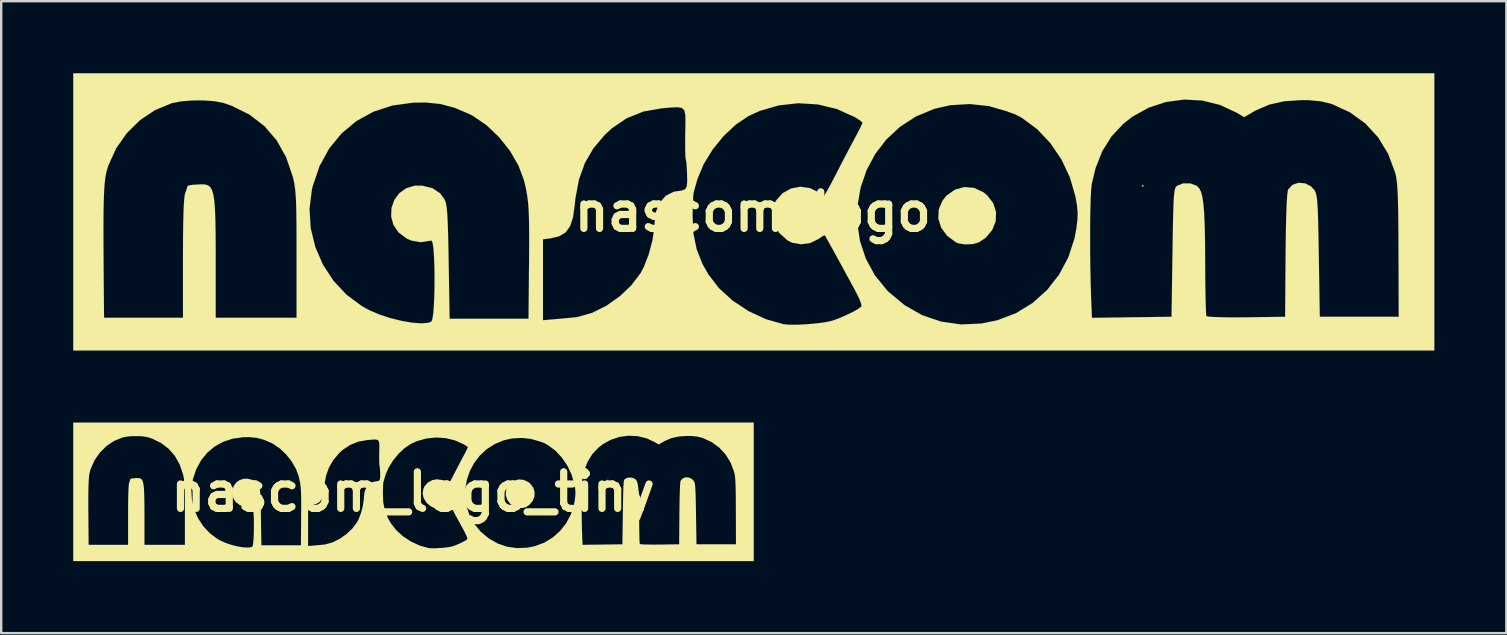
<source format=kicad_pcb>
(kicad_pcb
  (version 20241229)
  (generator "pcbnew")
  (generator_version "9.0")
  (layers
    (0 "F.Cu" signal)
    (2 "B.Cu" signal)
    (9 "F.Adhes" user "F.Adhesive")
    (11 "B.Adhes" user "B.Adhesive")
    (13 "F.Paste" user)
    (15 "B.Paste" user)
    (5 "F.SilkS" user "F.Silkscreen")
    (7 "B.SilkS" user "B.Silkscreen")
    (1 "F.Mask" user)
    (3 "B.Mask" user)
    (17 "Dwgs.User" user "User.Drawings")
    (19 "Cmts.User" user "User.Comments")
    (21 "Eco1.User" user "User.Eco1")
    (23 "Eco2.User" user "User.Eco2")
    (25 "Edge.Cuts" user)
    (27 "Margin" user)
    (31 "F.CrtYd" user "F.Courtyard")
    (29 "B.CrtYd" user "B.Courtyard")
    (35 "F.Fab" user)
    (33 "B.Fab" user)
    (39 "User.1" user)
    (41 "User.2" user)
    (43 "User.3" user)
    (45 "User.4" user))
  (footprint "nascom_logo_tiny"
    (layer "F.Cu")
    (at 14.158 17.442)
    (property "Reference" "nascom_logo_tiny" (at 0 0 0) (layer "F.SilkS") (effects (font (size 1.524 1.524) (thickness 0.3))))
    (attr through_hole)
    (fp_poly (pts (xy 8.141 -0.541) (xy 8.121 -0.521) (xy 8.101 -0.541) (xy 8.121 -0.561) (xy 8.141 -0.541)) (stroke (width 0.002) (type solid)) (fill yes) (layer "F.SilkS"))
    (fp_poly (pts (xy 4.612 -0.498) (xy 4.805 -0.407) (xy 4.878 -0.348) (xy 5.008 -0.182) (xy 5.067 0.005) (xy 5.059 0.196) (xy 4.987 0.379) (xy 4.852 0.538) (xy 4.705 0.637) (xy 4.581 0.672) (xy 4.426 0.678) (xy 4.284 0.656) (xy 4.231 0.635) (xy 4.046 0.496) (xy 3.923 0.326) (xy 3.865 0.138) (xy 3.874 -0.055) (xy 3.954 -0.239) (xy 4.037 -0.339) (xy 4.213 -0.464) (xy 4.41 -0.517) (xy 4.612 -0.498)) (stroke (width 0.002) (type solid)) (fill yes) (layer "F.SilkS"))
    (fp_poly (pts (xy 14.197 2.888) (xy -14.157 2.888) (xy -14.157 0.271) (xy -13.528 0.271) (xy -13.528 0.613) (xy -13.525 1.022) (xy -13.522 1.414) (xy -13.515 2.206) (xy -11.871 2.206) (xy -11.871 0.965) (xy -11.87 0.552) (xy -11.866 0.217) (xy -11.858 -0.043) (xy -11.848 -0.231) (xy -11.835 -0.349) (xy -11.825 -0.388) (xy -11.793 -0.475) (xy -11.782 -0.525) (xy -11.758 -0.548) (xy -11.669 -0.563) (xy -11.509 -0.573) (xy -11.5 -0.573) (xy -11.424 -0.572) (xy -11.361 -0.558) (xy -11.31 -0.524) (xy -11.27 -0.463) (xy -11.241 -0.368) (xy -11.219 -0.232) (xy -11.205 -0.047) (xy -11.196 0.193) (xy -11.191 0.496) (xy -11.189 0.868) (xy -11.189 1.068) (xy -11.189 2.206) (xy -9.505 2.206) (xy -9.505 0.889) (xy -9.505 0.519) (xy -9.507 0.22) (xy -9.51 -0.02) (xy -9.511 -0.06) (xy -9.236 -0.06) (xy -9.21 0.341) (xy -9.116 0.73) (xy -8.957 1.097) (xy -8.739 1.432) (xy -8.466 1.725) (xy -8.144 1.964) (xy -7.998 2.044) (xy -7.789 2.135) (xy -7.558 2.211) (xy -7.324 2.27) (xy -7.101 2.309) (xy -6.908 2.323) (xy -6.761 2.311) (xy -6.698 2.287) (xy -6.676 2.236) (xy -6.658 2.123) (xy -6.644 1.961) (xy -6.635 1.765) (xy -6.631 1.548) (xy -6.63 1.325) (xy -6.634 1.11) (xy -6.642 0.915) (xy -6.654 0.756) (xy -6.671 0.646) (xy -6.692 0.599) (xy -6.698 0.598) (xy -6.917 0.632) (xy -7.114 0.598) (xy -7.215 0.553) (xy -7.382 0.427) (xy -7.487 0.271) (xy -7.534 0.098) (xy -7.527 -0.078) (xy -7.47 -0.245) (xy -7.367 -0.387) (xy -7.222 -0.492) (xy -7.039 -0.546) (xy -6.89 -0.546) (xy -6.674 -0.494) (xy -6.514 -0.386) (xy -6.425 -0.265) (xy -6.405 -0.219) (xy -6.388 -0.155) (xy -6.375 -0.065) (xy -6.365 0.06) (xy -6.356 0.23) (xy -6.349 0.455) (xy -6.342 0.742) (xy -6.337 1.043) (xy -6.317 2.226) (xy -4.672 2.226) (xy -4.662 1.046) (xy -4.659 0.682) (xy -4.659 0.572) (xy -4.371 0.572) (xy -4.371 2.258) (xy -4.041 2.229) (xy -3.879 2.215) (xy -3.745 2.201) (xy -3.661 2.192) (xy -3.65 2.19) (xy -3.353 2.106) (xy -3.056 1.959) (xy -2.775 1.763) (xy -2.53 1.531) (xy -2.339 1.277) (xy -2.273 1.156) (xy -2.167 0.884) (xy -2.09 0.592) (xy -2.05 0.314) (xy -2.046 0.219) (xy -2.028 0.08) (xy -1.255 0.08) (xy -1.238 0.449) (xy -1.172 0.776) (xy -1.05 1.084) (xy -0.932 1.296) (xy -0.707 1.588) (xy -0.421 1.85) (xy -0.088 2.069) (xy 0.276 2.238) (xy 0.642 2.341) (xy 0.764 2.352) (xy 0.939 2.351) (xy 1.142 2.34) (xy 1.345 2.322) (xy 1.524 2.297) (xy 1.648 2.27) (xy 1.787 2.22) (xy 1.939 2.156) (xy 2.082 2.086) (xy 2.197 2.022) (xy 2.26 1.973) (xy 2.264 1.968) (xy 2.258 1.916) (xy 2.22 1.816) (xy 2.158 1.688) (xy 2.153 1.677) (xy 2.082 1.545) (xy 1.993 1.382) (xy 1.894 1.2) (xy 1.792 1.014) (xy 1.695 0.836) (xy 1.61 0.682) (xy 1.545 0.565) (xy 1.507 0.498) (xy 1.501 0.488) (xy 1.465 0.5) (xy 1.391 0.548) (xy 1.369 0.564) (xy 1.197 0.648) (xy 1.005 0.675) (xy 0.82 0.643) (xy 0.723 0.594) (xy 0.55 0.439) (xy 0.442 0.257) (xy 0.438 0.239) (xy 2.176 0.239) (xy 2.233 0.614) (xy 2.355 0.978) (xy 2.543 1.322) (xy 2.8 1.638) (xy 2.825 1.664) (xy 3.161 1.944) (xy 3.528 2.152) (xy 3.922 2.287) (xy 4.334 2.345) (xy 4.76 2.327) (xy 5.093 2.259) (xy 5.477 2.114) (xy 5.824 1.902) (xy 6.127 1.631) (xy 6.379 1.311) (xy 6.573 0.948) (xy 6.703 0.55) (xy 6.707 0.53) (xy 7.026 0.53) (xy 7.027 0.857) (xy 7.031 1.19) (xy 7.038 1.516) (xy 7.049 1.823) (xy 7.05 1.856) (xy 7.064 2.207) (xy 8.723 2.186) (xy 8.743 0.849) (xy 8.749 0.485) (xy 8.754 0.194) (xy 8.76 -0.034) (xy 8.766 -0.207) (xy 8.774 -0.333) (xy 8.784 -0.421) (xy 8.796 -0.479) (xy 8.812 -0.515) (xy 8.831 -0.537) (xy 8.841 -0.545) (xy 8.967 -0.594) (xy 9.114 -0.593) (xy 9.244 -0.544) (xy 9.261 -0.531) (xy 9.304 -0.483) (xy 9.338 -0.41) (xy 9.366 -0.306) (xy 9.387 -0.161) (xy 9.403 0.031) (xy 9.413 0.279) (xy 9.42 0.59) (xy 9.423 0.971) (xy 9.423 1.067) (xy 9.425 1.353) (xy 9.428 1.612) (xy 9.432 1.835) (xy 9.437 2.01) (xy 9.443 2.126) (xy 9.449 2.172) (xy 9.494 2.183) (xy 9.607 2.191) (xy 9.775 2.196) (xy 9.986 2.198) (xy 10.228 2.197) (xy 10.28 2.197) (xy 11.089 2.186) (xy 11.099 0.902) (xy 11.104 0.479) (xy 11.111 0.132) (xy 11.12 -0.137) (xy 11.131 -0.328) (xy 11.145 -0.44) (xy 11.153 -0.467) (xy 11.243 -0.564) (xy 11.369 -0.606) (xy 11.506 -0.593) (xy 11.632 -0.528) (xy 11.701 -0.452) (xy 11.72 -0.414) (xy 11.737 -0.362) (xy 11.75 -0.287) (xy 11.76 -0.179) (xy 11.769 -0.031) (xy 11.776 0.166) (xy 11.782 0.422) (xy 11.788 0.746) (xy 11.791 0.921) (xy 11.811 2.186) (xy 13.455 2.186) (xy 13.451 0.802) (xy 13.449 0.415) (xy 13.447 0.099) (xy 13.442 -0.155) (xy 13.436 -0.356) (xy 13.427 -0.513) (xy 13.416 -0.635) (xy 13.401 -0.732) (xy 13.383 -0.812) (xy 13.381 -0.822) (xy 13.235 -1.212) (xy 13.027 -1.553) (xy 12.761 -1.842) (xy 12.441 -2.073) (xy 12.072 -2.243) (xy 12.04 -2.254) (xy 11.838 -2.303) (xy 11.596 -2.326) (xy 11.439 -2.329) (xy 11.074 -2.305) (xy 10.758 -2.235) (xy 10.476 -2.113) (xy 10.426 -2.085) (xy 10.237 -1.973) (xy 10.081 -2.066) (xy 9.732 -2.229) (xy 9.362 -2.319) (xy 8.983 -2.339) (xy 8.607 -2.289) (xy 8.244 -2.17) (xy 7.908 -1.984) (xy 7.723 -1.839) (xy 7.473 -1.574) (xy 7.279 -1.265) (xy 7.138 -0.905) (xy 7.061 -0.582) (xy 7.048 -0.47) (xy 7.039 -0.291) (xy 7.032 -0.056) (xy 7.027 0.222) (xy 7.026 0.53) (xy 6.707 0.53) (xy 6.739 0.359) (xy 6.762 0.167) (xy 6.768 0.015) (xy 6.754 -0.137) (xy 6.72 -0.323) (xy 6.606 -0.719) (xy 6.429 -1.093) (xy 6.199 -1.431) (xy 5.926 -1.721) (xy 5.617 -1.95) (xy 5.544 -1.992) (xy 5.464 -2.032) (xy 5.423 -2.048) (xy 5.367 -2.067) (xy 5.294 -2.095) (xy 4.916 -2.204) (xy 4.515 -2.247) (xy 4.111 -2.222) (xy 3.779 -2.146) (xy 3.398 -1.987) (xy 3.065 -1.772) (xy 2.781 -1.508) (xy 2.548 -1.204) (xy 2.369 -0.869) (xy 2.246 -0.511) (xy 2.181 -0.139) (xy 2.176 0.239) (xy 0.438 0.239) (xy 0.401 0.063) (xy 0.433 -0.131) (xy 0.481 -0.231) (xy 0.619 -0.388) (xy 0.797 -0.486) (xy 0.994 -0.523) (xy 1.194 -0.494) (xy 1.335 -0.424) (xy 1.479 -0.327) (xy 1.534 -0.414) (xy 1.576 -0.488) (xy 1.643 -0.612) (xy 1.722 -0.765) (xy 1.762 -0.842) (xy 1.867 -1.045) (xy 1.985 -1.271) (xy 2.094 -1.476) (xy 2.111 -1.508) (xy 2.188 -1.653) (xy 2.247 -1.77) (xy 2.281 -1.843) (xy 2.286 -1.857) (xy 2.254 -1.889) (xy 2.173 -1.944) (xy 2.116 -1.979) (xy 1.749 -2.143) (xy 1.356 -2.238) (xy 0.949 -2.264) (xy 0.541 -2.219) (xy 0.147 -2.105) (xy -0.089 -1.997) (xy -0.355 -1.819) (xy -0.609 -1.58) (xy -0.837 -1.299) (xy -1.023 -0.996) (xy -1.152 -0.69) (xy -1.166 -0.642) (xy -1.2 -0.52) (xy -1.227 -0.424) (xy -1.233 -0.401) (xy -1.241 -0.337) (xy -1.248 -0.214) (xy -1.253 -0.049) (xy -1.255 0.08) (xy -2.028 0.08) (xy -2.017 -0.007) (xy -1.935 -0.197) (xy -1.81 -0.337) (xy -1.651 -0.417) (xy -1.587 -0.429) (xy -1.474 -0.444) (xy -1.407 -0.473) (xy -1.375 -0.532) (xy -1.367 -0.641) (xy -1.369 -0.771) (xy -1.376 -0.919) (xy -1.385 -1.035) (xy -1.396 -1.097) (xy -1.397 -1.099) (xy -1.403 -1.151) (xy -1.408 -1.267) (xy -1.409 -1.43) (xy -1.408 -1.623) (xy -1.407 -1.647) (xy -1.403 -1.868) (xy -1.405 -2.02) (xy -1.427 -2.115) (xy -1.477 -2.165) (xy -1.569 -2.181) (xy -1.712 -2.174) (xy -1.895 -2.159) (xy -2.279 -2.091) (xy -2.626 -1.951) (xy -2.939 -1.739) (xy -3.086 -1.604) (xy -3.323 -1.321) (xy -3.5 -1.016) (xy -3.622 -0.673) (xy -3.696 -0.28) (xy -3.711 -0.14) (xy -3.746 0.114) (xy -3.807 0.3) (xy -3.901 0.429) (xy -4.035 0.509) (xy -4.21 0.55) (xy -4.371 0.572) (xy -4.659 0.572) (xy -4.659 0.386) (xy -4.663 0.147) (xy -4.671 -0.048) (xy -4.683 -0.211) (xy -4.702 -0.353) (xy -4.727 -0.487) (xy -4.759 -0.624) (xy -4.767 -0.657) (xy -4.881 -0.965) (xy -5.059 -1.271) (xy -5.286 -1.557) (xy -5.548 -1.806) (xy -5.828 -1.998) (xy -5.898 -2.035) (xy -6.212 -2.169) (xy -6.507 -2.248) (xy -6.816 -2.279) (xy -7.079 -2.275) (xy -7.51 -2.216) (xy -7.905 -2.086) (xy -8.259 -1.892) (xy -8.567 -1.636) (xy -8.824 -1.322) (xy -9.026 -0.955) (xy -9.168 -0.539) (xy -9.186 -0.461) (xy -9.236 -0.06) (xy -9.511 -0.06) (xy -9.516 -0.21) (xy -9.524 -0.36) (xy -9.535 -0.481) (xy -9.55 -0.582) (xy -9.569 -0.675) (xy -9.583 -0.732) (xy -9.723 -1.14) (xy -9.92 -1.493) (xy -10.175 -1.788) (xy -10.486 -2.027) (xy -10.854 -2.209) (xy -11.029 -2.27) (xy -11.207 -2.305) (xy -11.434 -2.322) (xy -11.678 -2.321) (xy -11.91 -2.302) (xy -12.099 -2.266) (xy -12.106 -2.264) (xy -12.454 -2.12) (xy -12.769 -1.909) (xy -13.042 -1.64) (xy -13.264 -1.324) (xy -13.424 -0.969) (xy -13.456 -0.869) (xy -13.475 -0.79) (xy -13.492 -0.694) (xy -13.504 -0.576) (xy -13.514 -0.428) (xy -13.521 -0.242) (xy -13.526 -0.012) (xy -13.528 0.271) (xy -14.157 0.271) (xy -14.157 -2.888) (xy 14.197 -2.888) (xy 14.197 2.888)) (stroke (width 0.002) (type solid)) (fill yes) (layer "F.SilkS")))
  (footprint "nascom_logo"
    (layer "F.Cu")
    (at 28.316 5.777)
    (property "Reference" "nascom_logo" (at 0 0 0) (layer "F.SilkS") (effects (font (size 1.524 1.524) (thickness 0.3))))
    (attr through_hole)
    (fp_poly (pts (xy 16.283 -1.083) (xy 16.243 -1.043) (xy 16.203 -1.083) (xy 16.243 -1.123) (xy 16.283 -1.083)) (stroke (width 0.003) (type solid)) (fill yes) (layer "F.SilkS"))
    (fp_poly (pts (xy 9.225 -0.996) (xy 9.61 -0.814) (xy 9.756 -0.697) (xy 10.015 -0.364) (xy 10.134 0.009) (xy 10.119 0.393) (xy 9.973 0.758) (xy 9.704 1.077) (xy 9.41 1.274) (xy 9.161 1.343) (xy 8.853 1.356) (xy 8.569 1.313) (xy 8.462 1.27) (xy 8.091 0.992) (xy 7.845 0.652) (xy 7.729 0.276) (xy 7.749 -0.109) (xy 7.909 -0.477) (xy 8.073 -0.678) (xy 8.426 -0.927) (xy 8.82 -1.034) (xy 9.225 -0.996)) (stroke (width 0.003) (type solid)) (fill yes) (layer "F.SilkS"))
    (fp_poly (pts (xy 28.395 5.775) (xy -28.314 5.775) (xy -28.314 0.541) (xy -27.056 0.541) (xy -27.055 1.226) (xy -27.051 2.043) (xy -27.045 2.827) (xy -27.031 4.412) (xy -23.742 4.412) (xy -23.742 1.93) (xy -23.74 1.105) (xy -23.731 0.434) (xy -23.717 -0.086) (xy -23.696 -0.461) (xy -23.67 -0.697) (xy -23.649 -0.777) (xy -23.586 -0.951) (xy -23.564 -1.049) (xy -23.516 -1.096) (xy -23.339 -1.127) (xy -23.018 -1.145) (xy -23.001 -1.146) (xy -22.847 -1.143) (xy -22.721 -1.115) (xy -22.62 -1.047) (xy -22.541 -0.925) (xy -22.481 -0.735) (xy -22.438 -0.463) (xy -22.409 -0.094) (xy -22.391 0.386) (xy -22.382 0.992) (xy -22.379 1.737) (xy -22.379 2.137) (xy -22.379 4.412) (xy -19.01 4.412) (xy -19.01 1.777) (xy -19.011 1.039) (xy -19.014 0.44) (xy -19.021 -0.039) (xy -19.023 -0.12) (xy -18.471 -0.12) (xy -18.421 0.681) (xy -18.232 1.46) (xy -17.914 2.195) (xy -17.478 2.865) (xy -16.932 3.45) (xy -16.288 3.928) (xy -15.997 4.089) (xy -15.578 4.27) (xy -15.117 4.423) (xy -14.647 4.54) (xy -14.203 4.617) (xy -13.816 4.646) (xy -13.522 4.622) (xy -13.395 4.574) (xy -13.351 4.472) (xy -13.316 4.245) (xy -13.289 3.922) (xy -13.271 3.53) (xy -13.261 3.097) (xy -13.26 2.651) (xy -13.268 2.219) (xy -13.284 1.831) (xy -13.309 1.512) (xy -13.342 1.292) (xy -13.385 1.198) (xy -13.395 1.197) (xy -13.835 1.264) (xy -14.229 1.196) (xy -14.429 1.106) (xy -14.763 0.854) (xy -14.974 0.542) (xy -15.068 0.196) (xy -15.054 -0.157) (xy -14.94 -0.489) (xy -14.734 -0.774) (xy -14.444 -0.983) (xy -14.077 -1.092) (xy -13.78 -1.092) (xy -13.349 -0.987) (xy -13.029 -0.773) (xy -12.85 -0.53) (xy -12.809 -0.437) (xy -12.777 -0.31) (xy -12.75 -0.13) (xy -12.729 0.12) (xy -12.712 0.461) (xy -12.697 0.91) (xy -12.684 1.485) (xy -12.673 2.085) (xy -12.633 4.452) (xy -9.345 4.452) (xy -9.323 2.092) (xy -9.318 1.364) (xy -9.318 1.144) (xy -8.743 1.144) (xy -8.743 4.516) (xy -8.081 4.458) (xy -7.759 4.429) (xy -7.49 4.403) (xy -7.322 4.384) (xy -7.299 4.381) (xy -6.707 4.213) (xy -6.112 3.919) (xy -5.551 3.526) (xy -5.061 3.062) (xy -4.677 2.554) (xy -4.547 2.312) (xy -4.335 1.769) (xy -4.18 1.184) (xy -4.099 0.628) (xy -4.092 0.438) (xy -4.056 0.16) (xy -2.511 0.16) (xy -2.476 0.899) (xy -2.344 1.551) (xy -2.1 2.168) (xy -1.863 2.591) (xy -1.415 3.176) (xy -0.842 3.699) (xy -0.176 4.139) (xy 0.552 4.475) (xy 1.283 4.682) (xy 1.528 4.704) (xy 1.879 4.702) (xy 2.284 4.681) (xy 2.691 4.644) (xy 3.048 4.595) (xy 3.297 4.54) (xy 3.574 4.441) (xy 3.878 4.311) (xy 4.165 4.172) (xy 4.393 4.043) (xy 4.52 3.947) (xy 4.528 3.936) (xy 4.516 3.833) (xy 4.44 3.632) (xy 4.317 3.375) (xy 4.305 3.353) (xy 4.164 3.091) (xy 3.986 2.764) (xy 3.788 2.4) (xy 3.584 2.027) (xy 3.39 1.673) (xy 3.22 1.365) (xy 3.089 1.13) (xy 3.014 0.996) (xy 3.001 0.976) (xy 2.931 1) (xy 2.782 1.096) (xy 2.739 1.127) (xy 2.394 1.296) (xy 2.01 1.35) (xy 1.64 1.286) (xy 1.446 1.188) (xy 1.1 0.877) (xy 0.883 0.515) (xy 0.876 0.478) (xy 4.352 0.478) (xy 4.467 1.228) (xy 4.71 1.956) (xy 5.086 2.645) (xy 5.599 3.277) (xy 5.649 3.328) (xy 6.321 3.888) (xy 7.057 4.305) (xy 7.843 4.573) (xy 8.669 4.691) (xy 9.52 4.654) (xy 10.187 4.518) (xy 10.955 4.227) (xy 11.649 3.803) (xy 12.254 3.263) (xy 12.758 2.622) (xy 13.147 1.895) (xy 13.406 1.1) (xy 13.413 1.061) (xy 14.052 1.061) (xy 14.054 1.714) (xy 14.063 2.379) (xy 14.077 3.031) (xy 14.097 3.645) (xy 14.1 3.711) (xy 14.129 4.415) (xy 17.446 4.371) (xy 17.486 1.698) (xy 17.497 0.971) (xy 17.508 0.388) (xy 17.519 -0.069) (xy 17.532 -0.415) (xy 17.548 -0.667) (xy 17.567 -0.842) (xy 17.592 -0.958) (xy 17.624 -1.029) (xy 17.662 -1.074) (xy 17.682 -1.089) (xy 17.933 -1.187) (xy 18.229 -1.186) (xy 18.489 -1.087) (xy 18.522 -1.063) (xy 18.607 -0.966) (xy 18.677 -0.821) (xy 18.732 -0.611) (xy 18.774 -0.322) (xy 18.805 0.063) (xy 18.826 0.558) (xy 18.84 1.18) (xy 18.846 1.943) (xy 18.847 2.134) (xy 18.85 2.705) (xy 18.856 3.225) (xy 18.865 3.67) (xy 18.875 4.02) (xy 18.886 4.252) (xy 18.898 4.344) (xy 18.988 4.365) (xy 19.213 4.381) (xy 19.55 4.392) (xy 19.972 4.397) (xy 20.456 4.395) (xy 20.56 4.394) (xy 22.178 4.371) (xy 22.198 1.805) (xy 22.207 0.958) (xy 22.221 0.264) (xy 22.24 -0.275) (xy 22.263 -0.657) (xy 22.291 -0.88) (xy 22.307 -0.934) (xy 22.487 -1.127) (xy 22.737 -1.211) (xy 23.012 -1.187) (xy 23.264 -1.056) (xy 23.401 -0.904) (xy 23.441 -0.828) (xy 23.473 -0.724) (xy 23.5 -0.573) (xy 23.521 -0.359) (xy 23.538 -0.063) (xy 23.552 0.333) (xy 23.564 0.845) (xy 23.576 1.492) (xy 23.582 1.841) (xy 23.622 4.371) (xy 26.911 4.371) (xy 26.902 1.604) (xy 26.899 0.83) (xy 26.893 0.198) (xy 26.884 -0.309) (xy 26.872 -0.711) (xy 26.854 -1.026) (xy 26.832 -1.27) (xy 26.803 -1.464) (xy 26.767 -1.624) (xy 26.761 -1.644) (xy 26.469 -2.424) (xy 26.053 -3.106) (xy 25.522 -3.683) (xy 24.883 -4.146) (xy 24.145 -4.486) (xy 24.08 -4.508) (xy 23.676 -4.606) (xy 23.193 -4.652) (xy 22.878 -4.658) (xy 22.147 -4.611) (xy 21.517 -4.47) (xy 20.951 -4.226) (xy 20.852 -4.17) (xy 20.473 -3.946) (xy 20.163 -4.131) (xy 19.465 -4.457) (xy 18.725 -4.639) (xy 17.967 -4.679) (xy 17.214 -4.578) (xy 16.489 -4.341) (xy 15.816 -3.967) (xy 15.446 -3.679) (xy 14.946 -3.147) (xy 14.559 -2.53) (xy 14.276 -1.81) (xy 14.121 -1.163) (xy 14.097 -0.94) (xy 14.077 -0.581) (xy 14.063 -0.112) (xy 14.055 0.444) (xy 14.052 1.061) (xy 13.413 1.061) (xy 13.477 0.718) (xy 13.525 0.335) (xy 13.535 0.03) (xy 13.507 -0.274) (xy 13.441 -0.646) (xy 13.211 -1.439) (xy 12.858 -2.186) (xy 12.399 -2.862) (xy 11.852 -3.442) (xy 11.235 -3.901) (xy 11.087 -3.985) (xy 10.928 -4.064) (xy 10.847 -4.097) (xy 10.735 -4.134) (xy 10.588 -4.19) (xy 9.833 -4.409) (xy 9.03 -4.494) (xy 8.223 -4.444) (xy 7.558 -4.292) (xy 6.796 -3.975) (xy 6.129 -3.543) (xy 5.561 -3.015) (xy 5.096 -2.408) (xy 4.739 -1.738) (xy 4.493 -1.022) (xy 4.362 -0.278) (xy 4.352 0.478) (xy 0.876 0.478) (xy 0.803 0.127) (xy 0.865 -0.261) (xy 0.962 -0.462) (xy 1.238 -0.775) (xy 1.593 -0.973) (xy 1.989 -1.046) (xy 2.387 -0.988) (xy 2.671 -0.848) (xy 2.957 -0.654) (xy 3.067 -0.828) (xy 3.152 -0.975) (xy 3.285 -1.223) (xy 3.445 -1.53) (xy 3.524 -1.684) (xy 3.733 -2.09) (xy 3.97 -2.542) (xy 4.188 -2.953) (xy 4.222 -3.016) (xy 4.375 -3.306) (xy 4.495 -3.541) (xy 4.563 -3.686) (xy 4.572 -3.714) (xy 4.509 -3.779) (xy 4.347 -3.889) (xy 4.231 -3.958) (xy 3.498 -4.287) (xy 2.711 -4.477) (xy 1.897 -4.527) (xy 1.083 -4.438) (xy 0.293 -4.209) (xy -0.178 -3.994) (xy -0.709 -3.637) (xy -1.218 -3.16) (xy -1.674 -2.599) (xy -2.046 -1.993) (xy -2.304 -1.381) (xy -2.332 -1.283) (xy -2.401 -1.04) (xy -2.454 -0.849) (xy -2.466 -0.802) (xy -2.481 -0.675) (xy -2.495 -0.427) (xy -2.506 -0.098) (xy -2.511 0.16) (xy -4.056 0.16) (xy -4.033 -0.014) (xy -3.87 -0.393) (xy -3.621 -0.674) (xy -3.301 -0.834) (xy -3.174 -0.857) (xy -2.948 -0.888) (xy -2.815 -0.945) (xy -2.75 -1.065) (xy -2.733 -1.281) (xy -2.738 -1.543) (xy -2.751 -1.838) (xy -2.77 -2.071) (xy -2.792 -2.194) (xy -2.793 -2.198) (xy -2.807 -2.302) (xy -2.815 -2.533) (xy -2.818 -2.859) (xy -2.815 -3.246) (xy -2.814 -3.294) (xy -2.805 -3.736) (xy -2.811 -4.04) (xy -2.854 -4.23) (xy -2.955 -4.329) (xy -3.137 -4.361) (xy -3.423 -4.348) (xy -3.791 -4.317) (xy -4.557 -4.182) (xy -5.253 -3.902) (xy -5.879 -3.478) (xy -6.171 -3.207) (xy -6.646 -2.642) (xy -7 -2.031) (xy -7.245 -1.346) (xy -7.393 -0.559) (xy -7.421 -0.281) (xy -7.492 0.228) (xy -7.615 0.601) (xy -7.802 0.857) (xy -8.07 1.018) (xy -8.419 1.101) (xy -8.743 1.144) (xy -9.318 1.144) (xy -9.319 0.773) (xy -9.326 0.294) (xy -9.341 -0.097) (xy -9.367 -0.422) (xy -9.404 -0.707) (xy -9.453 -0.974) (xy -9.517 -1.249) (xy -9.533 -1.313) (xy -9.762 -1.929) (xy -10.118 -2.542) (xy -10.573 -3.115) (xy -11.095 -3.612) (xy -11.657 -3.997) (xy -11.797 -4.07) (xy -12.424 -4.337) (xy -13.014 -4.495) (xy -13.632 -4.558) (xy -14.157 -4.55) (xy -15.02 -4.431) (xy -15.81 -4.173) (xy -16.518 -3.784) (xy -17.134 -3.271) (xy -17.648 -2.644) (xy -18.052 -1.91) (xy -18.336 -1.078) (xy -18.373 -0.922) (xy -18.471 -0.12) (xy -19.023 -0.12) (xy -19.031 -0.419) (xy -19.048 -0.72) (xy -19.07 -0.961) (xy -19.1 -1.165) (xy -19.137 -1.35) (xy -19.165 -1.465) (xy -19.446 -2.281) (xy -19.841 -2.985) (xy -20.35 -3.576) (xy -20.972 -4.054) (xy -21.708 -4.419) (xy -22.058 -4.54) (xy -22.415 -4.61) (xy -22.867 -4.644) (xy -23.356 -4.642) (xy -23.819 -4.605) (xy -24.198 -4.532) (xy -24.213 -4.528) (xy -24.908 -4.24) (xy -25.538 -3.818) (xy -26.084 -3.28) (xy -26.527 -2.647) (xy -26.849 -1.938) (xy -26.912 -1.739) (xy -26.951 -1.579) (xy -26.983 -1.388) (xy -27.009 -1.152) (xy -27.029 -0.856) (xy -27.043 -0.485) (xy -27.052 -0.024) (xy -27.056 0.541) (xy -28.314 0.541) (xy -28.314 -5.775) (xy 28.395 -5.775) (xy 28.395 5.775)) (stroke (width 0.003) (type solid)) (fill yes) (layer "F.SilkS")))
  (gr_rect
    (start -3 -3)
    (end 59.712 23.33)
    (stroke (width 0.1) (type default))
    (fill no)
    (layer "Edge.Cuts")))
</source>
